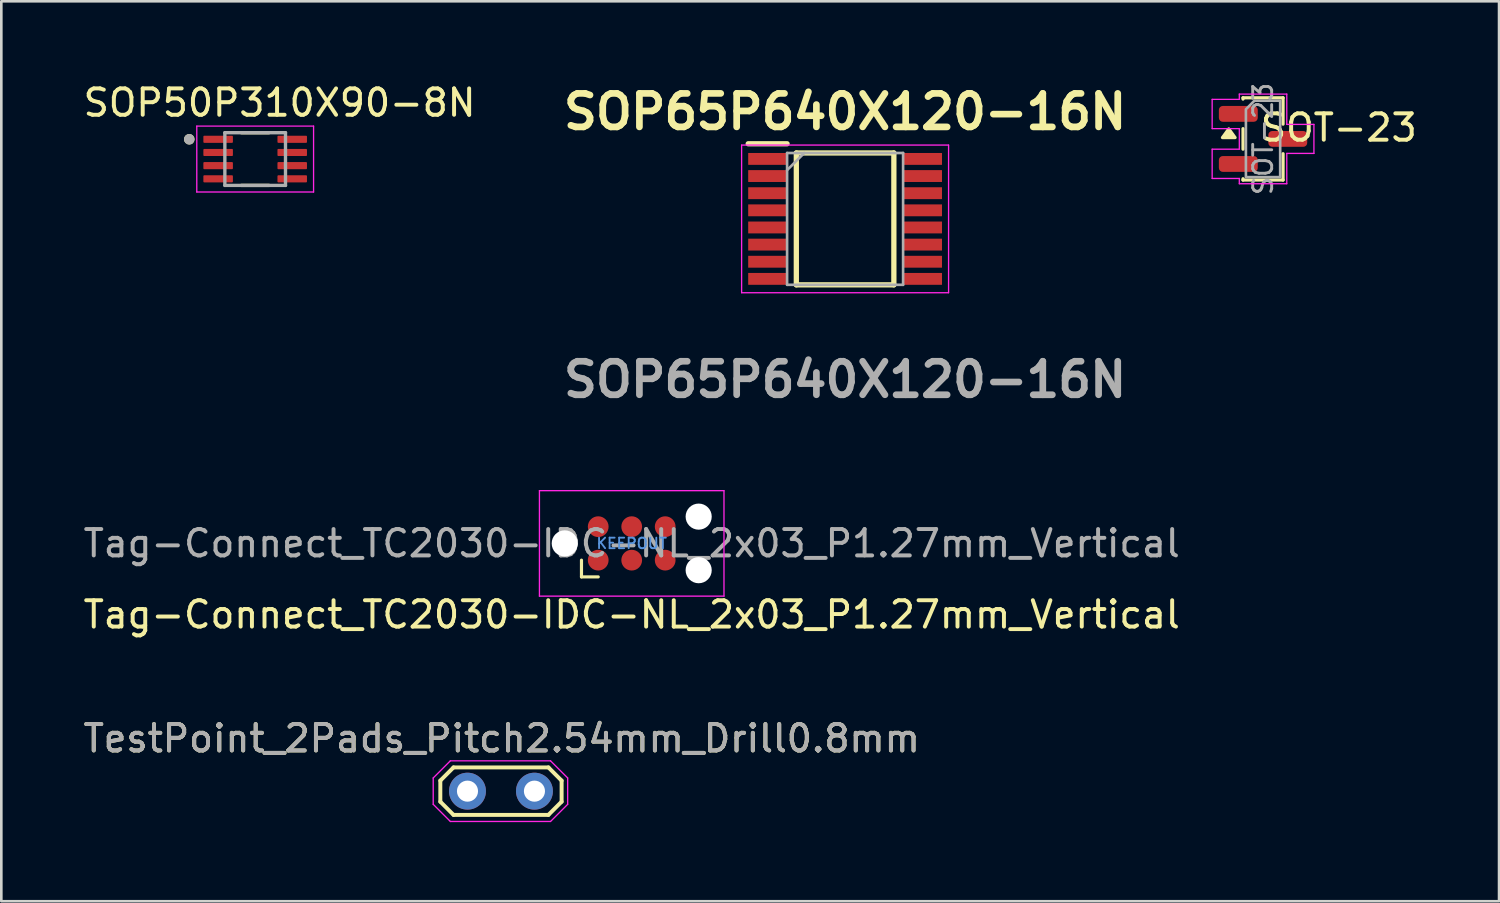
<source format=kicad_pcb>
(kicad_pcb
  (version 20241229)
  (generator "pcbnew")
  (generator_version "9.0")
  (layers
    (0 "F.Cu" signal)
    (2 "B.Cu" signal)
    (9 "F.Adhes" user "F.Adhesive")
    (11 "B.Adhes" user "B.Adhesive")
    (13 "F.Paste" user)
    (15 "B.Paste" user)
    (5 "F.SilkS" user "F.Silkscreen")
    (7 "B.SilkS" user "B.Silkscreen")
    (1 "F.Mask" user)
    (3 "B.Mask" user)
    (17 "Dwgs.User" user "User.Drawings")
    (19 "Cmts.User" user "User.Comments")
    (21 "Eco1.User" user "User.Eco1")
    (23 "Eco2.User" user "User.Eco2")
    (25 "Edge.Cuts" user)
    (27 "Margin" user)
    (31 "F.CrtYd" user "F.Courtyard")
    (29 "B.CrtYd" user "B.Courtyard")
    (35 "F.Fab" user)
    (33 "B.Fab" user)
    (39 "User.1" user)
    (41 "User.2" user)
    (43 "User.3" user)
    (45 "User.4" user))
  (footprint "TestPoint_2Pads_Pitch2.54mm_Drill0.8mm"
    (layer "F.Cu")
    (at 14.682 26.959)
    (property "Reference" "TestPoint_2Pads_Pitch2.54mm_Drill0.8mm" (at 1.3 -2 180) (layer "F.SilkS") (effects (font (size 1 1) (thickness 0.15))))
    (attr exclude_from_pos_files)
    (fp_line (start -1.03 -0.4) (end -0.53 -0.9) (stroke (width 0.15) (type solid)) (layer "F.SilkS"))
    (fp_line (start -1.03 0.4) (end -1.03 -0.4) (stroke (width 0.15) (type solid)) (layer "F.SilkS"))
    (fp_line (start -0.53 -0.9) (end 3.07 -0.9) (stroke (width 0.15) (type solid)) (layer "F.SilkS"))
    (fp_line (start -0.53 0.9) (end -1.03 0.4) (stroke (width 0.15) (type solid)) (layer "F.SilkS"))
    (fp_line (start 3.07 -0.9) (end 3.57 -0.4) (stroke (width 0.15) (type solid)) (layer "F.SilkS"))
    (fp_line (start 3.07 0.9) (end -0.53 0.9) (stroke (width 0.15) (type solid)) (layer "F.SilkS"))
    (fp_line (start 3.57 -0.4) (end 3.57 0.4) (stroke (width 0.15) (type solid)) (layer "F.SilkS"))
    (fp_line (start 3.57 0.4) (end 3.07 0.9) (stroke (width 0.15) (type solid)) (layer "F.SilkS"))
    (fp_line (start -1.3 -0.5) (end -1.3 0.5) (stroke (width 0.05) (type solid)) (layer "F.CrtYd"))
    (fp_line (start -1.3 0.5) (end -0.65 1.15) (stroke (width 0.05) (type solid)) (layer "F.CrtYd"))
    (fp_line (start -0.65 -1.15) (end -1.3 -0.5) (stroke (width 0.05) (type solid)) (layer "F.CrtYd"))
    (fp_line (start -0.65 1.15) (end 3.15 1.15) (stroke (width 0.05) (type solid)) (layer "F.CrtYd"))
    (fp_line (start 3.15 -1.15) (end -0.65 -1.15) (stroke (width 0.05) (type solid)) (layer "F.CrtYd"))
    (fp_line (start 3.15 1.15) (end 3.8 0.5) (stroke (width 0.05) (type solid)) (layer "F.CrtYd"))
    (fp_line (start 3.8 -0.5) (end 3.15 -1.15) (stroke (width 0.05) (type solid)) (layer "F.CrtYd"))
    (fp_line (start 3.8 0.5) (end 3.8 -0.5) (stroke (width 0.05) (type solid)) (layer "F.CrtYd"))
    (fp_text user "${REFERENCE}" (at 1.3 -2 180) (layer "F.Fab") (effects (font (size 1 1) (thickness 0.15))))
    (pad "1" thru_hole circle (at 0 0) (size 1.4 1.4) (drill 0.8) (layers "*.Cu" "*.Mask"))
    (pad "2" thru_hole circle (at 2.54 0) (size 1.4 1.4) (drill 0.8) (layers "*.Cu" "*.Mask")))
  (footprint "Tag-Connect_TC2030-IDC-NL_2x03_P1.27mm_Vertical"
    (layer "F.Cu")
    (at 20.911 17.562)
    (property "Reference" "Tag-Connect_TC2030-IDC-NL_2x03_P1.27mm_Vertical" (at 0 2.7 0) (layer "F.SilkS") (effects (font (size 1 1) (thickness 0.15))))
    (attr exclude_from_pos_files exclude_from_bom)
    (fp_line (start -1.905 1.27) (end -1.905 0.635) (stroke (width 0.12) (type solid)) (layer "F.SilkS"))
    (fp_line (start -1.27 1.27) (end -1.905 1.27) (stroke (width 0.12) (type solid)) (layer "F.SilkS"))
    (fp_line (start -3.5 -2) (end 3.5 -2) (stroke (width 0.05) (type solid)) (layer "F.CrtYd"))
    (fp_line (start -3.5 2) (end -3.5 -2) (stroke (width 0.05) (type solid)) (layer "F.CrtYd"))
    (fp_line (start 3.5 -2) (end 3.5 2) (stroke (width 0.05) (type solid)) (layer "F.CrtYd"))
    (fp_line (start 3.5 2) (end -3.5 2) (stroke (width 0.05) (type solid)) (layer "F.CrtYd"))
    (fp_text user "KEEPOUT" (at 0 0 0) (layer "Cmts.User") (effects (font (size 0.4 0.4) (thickness 0.07))))
    (fp_text user "${REFERENCE}" (at 0 0 0) (layer "F.Fab") (effects (font (size 1 1) (thickness 0.15))))
    (pad "" np_thru_hole circle (at -2.54 0) (size 0.991 0.991) (drill 0.991) (layers "*.Cu" "*.Mask"))
    (pad "" np_thru_hole circle (at 2.54 -1.016) (size 0.991 0.991) (drill 0.991) (layers "*.Cu" "*.Mask"))
    (pad "" np_thru_hole circle (at 2.54 1.016) (size 0.991 0.991) (drill 0.991) (layers "*.Cu" "*.Mask"))
    (pad "1" connect circle (at -1.27 0.635) (size 0.787 0.787) (layers "F.Cu" "F.Mask"))
    (pad "2" connect circle (at -1.27 -0.635) (size 0.787 0.787) (layers "F.Cu" "F.Mask"))
    (pad "3" connect circle (at 0 0.635) (size 0.787 0.787) (layers "F.Cu" "F.Mask"))
    (pad "4" connect circle (at 0 -0.635) (size 0.787 0.787) (layers "F.Cu" "F.Mask"))
    (pad "5" connect circle (at 1.27 0.635) (size 0.787 0.787) (layers "F.Cu" "F.Mask"))
    (pad "6" connect circle (at 1.27 -0.635) (size 0.787 0.787) (layers "F.Cu" "F.Mask"))
    (zone (net_name "") (layer "F.Cu") (hatch full 0.508) (connect_pads) (min_thickness 0.254) (filled_areas_thickness no) (keepout (tracks allowed) (vias not_allowed) (pads allowed) (copperpour not_allowed) (footprints not_allowed)) (placement (enabled no)) (fill) (polygon (pts (xy 22.181 16.927) (xy 19.641 16.927) (xy 19.641 18.197) (xy 22.181 18.197)))))
  (footprint "SOP65P640X120-16N"
    (layer "F.Cu")
    (at 29.005 5.253)
    (property "Reference" "SOP65P640X120-16N" (at 0 -4.064 0) (layer "F.SilkS") (effects (font (size 1.27 1.27) (thickness 0.254))))
    (attr smd)
    (fp_line (start -3.675 -2.85) (end -2.2 -2.85) (stroke (width 0.2) (type solid)) (layer "F.SilkS"))
    (fp_line (start -1.85 -2.5) (end 1.85 -2.5) (stroke (width 0.2) (type solid)) (layer "F.SilkS"))
    (fp_line (start -1.85 2.5) (end -1.85 -2.5) (stroke (width 0.2) (type solid)) (layer "F.SilkS"))
    (fp_line (start 1.85 -2.5) (end 1.85 2.5) (stroke (width 0.2) (type solid)) (layer "F.SilkS"))
    (fp_line (start 1.85 2.5) (end -1.85 2.5) (stroke (width 0.2) (type solid)) (layer "F.SilkS"))
    (fp_line (start -3.925 -2.8) (end 3.925 -2.8) (stroke (width 0.05) (type solid)) (layer "F.CrtYd"))
    (fp_line (start -3.925 2.8) (end -3.925 -2.8) (stroke (width 0.05) (type solid)) (layer "F.CrtYd"))
    (fp_line (start 3.925 -2.8) (end 3.925 2.8) (stroke (width 0.05) (type solid)) (layer "F.CrtYd"))
    (fp_line (start 3.925 2.8) (end -3.925 2.8) (stroke (width 0.05) (type solid)) (layer "F.CrtYd"))
    (fp_line (start -2.2 -2.5) (end 2.2 -2.5) (stroke (width 0.1) (type solid)) (layer "F.Fab"))
    (fp_line (start -2.2 -1.85) (end -1.55 -2.5) (stroke (width 0.1) (type solid)) (layer "F.Fab"))
    (fp_line (start -2.2 2.5) (end -2.2 -2.5) (stroke (width 0.1) (type solid)) (layer "F.Fab"))
    (fp_line (start 2.2 -2.5) (end 2.2 2.5) (stroke (width 0.1) (type solid)) (layer "F.Fab"))
    (fp_line (start 2.2 2.5) (end -2.2 2.5) (stroke (width 0.1) (type solid)) (layer "F.Fab"))
    (fp_text user "${REFERENCE}" (at 0 6.096 0) (layer "F.Fab") (effects (font (size 1.27 1.27) (thickness 0.254))))
    (pad "1" smd rect (at -2.938 -2.275 90) (size 0.45 1.475) (layers "F.Cu" "F.Mask" "F.Paste"))
    (pad "2" smd rect (at -2.938 -1.625 90) (size 0.45 1.475) (layers "F.Cu" "F.Mask" "F.Paste"))
    (pad "3" smd rect (at -2.938 -0.975 90) (size 0.45 1.475) (layers "F.Cu" "F.Mask" "F.Paste"))
    (pad "4" smd rect (at -2.938 -0.325 90) (size 0.45 1.475) (layers "F.Cu" "F.Mask" "F.Paste"))
    (pad "5" smd rect (at -2.938 0.325 90) (size 0.45 1.475) (layers "F.Cu" "F.Mask" "F.Paste"))
    (pad "6" smd rect (at -2.938 0.975 90) (size 0.45 1.475) (layers "F.Cu" "F.Mask" "F.Paste"))
    (pad "7" smd rect (at -2.938 1.625 90) (size 0.45 1.475) (layers "F.Cu" "F.Mask" "F.Paste"))
    (pad "8" smd rect (at -2.938 2.275 90) (size 0.45 1.475) (layers "F.Cu" "F.Mask" "F.Paste"))
    (pad "9" smd rect (at 2.938 2.275 90) (size 0.45 1.475) (layers "F.Cu" "F.Mask" "F.Paste"))
    (pad "10" smd rect (at 2.938 1.625 90) (size 0.45 1.475) (layers "F.Cu" "F.Mask" "F.Paste"))
    (pad "11" smd rect (at 2.938 0.975 90) (size 0.45 1.475) (layers "F.Cu" "F.Mask" "F.Paste"))
    (pad "12" smd rect (at 2.938 0.325 90) (size 0.45 1.475) (layers "F.Cu" "F.Mask" "F.Paste"))
    (pad "13" smd rect (at 2.938 -0.325 90) (size 0.45 1.475) (layers "F.Cu" "F.Mask" "F.Paste"))
    (pad "14" smd rect (at 2.938 -0.975 90) (size 0.45 1.475) (layers "F.Cu" "F.Mask" "F.Paste"))
    (pad "15" smd rect (at 2.938 -1.625 90) (size 0.45 1.475) (layers "F.Cu" "F.Mask" "F.Paste"))
    (pad "16" smd rect (at 2.938 -2.275 90) (size 0.45 1.475) (layers "F.Cu" "F.Mask" "F.Paste")))
  (footprint "SOP50P310X90-8N"
    (layer "F.Cu")
    (at 6.629 2.983)
    (property "Reference" "SOP50P310X90-8N" (at 0.925 -2.135 0) (layer "F.SilkS") (effects (font (size 1 1) (thickness 0.15))))
    (attr smd)
    (fp_line (start -0.525 -1) (end 0.525 -1) (stroke (width 0.127) (type solid)) (layer "F.SilkS"))
    (fp_line (start -0.525 1) (end 0.525 1) (stroke (width 0.127) (type solid)) (layer "F.SilkS"))
    (fp_circle (center -2.5 -0.75) (end -2.4 -0.75) (stroke (width 0.2) (type solid)) (fill no) (layer "F.SilkS"))
    (fp_line (start -2.215 -1.25) (end -2.215 1.25) (stroke (width 0.05) (type solid)) (layer "F.CrtYd"))
    (fp_line (start -2.215 1.25) (end 2.215 1.25) (stroke (width 0.05) (type solid)) (layer "F.CrtYd"))
    (fp_line (start 2.215 -1.25) (end -2.215 -1.25) (stroke (width 0.05) (type solid)) (layer "F.CrtYd"))
    (fp_line (start 2.215 1.25) (end 2.215 -1.25) (stroke (width 0.05) (type solid)) (layer "F.CrtYd"))
    (fp_line (start -1.15 -1) (end 1.15 -1) (stroke (width 0.127) (type solid)) (layer "F.Fab"))
    (fp_line (start -1.15 1) (end -1.15 -1) (stroke (width 0.127) (type solid)) (layer "F.Fab"))
    (fp_line (start 1.15 -1) (end 1.15 1) (stroke (width 0.127) (type solid)) (layer "F.Fab"))
    (fp_line (start 1.15 1) (end -1.15 1) (stroke (width 0.127) (type solid)) (layer "F.Fab"))
    (fp_circle (center -2.5 -0.75) (end -2.4 -0.75) (stroke (width 0.2) (type solid)) (fill no) (layer "F.Fab"))
    (pad "1" smd roundrect (at -1.405 -0.75) (size 1.12 0.27) (layers "F.Cu" "F.Mask" "F.Paste") (roundrect_rratio 0.125))
    (pad "2" smd roundrect (at -1.405 -0.25) (size 1.12 0.27) (layers "F.Cu" "F.Mask" "F.Paste") (roundrect_rratio 0.125))
    (pad "3" smd roundrect (at -1.405 0.25) (size 1.12 0.27) (layers "F.Cu" "F.Mask" "F.Paste") (roundrect_rratio 0.125))
    (pad "4" smd roundrect (at -1.405 0.75) (size 1.12 0.27) (layers "F.Cu" "F.Mask" "F.Paste") (roundrect_rratio 0.125))
    (pad "5" smd roundrect (at 1.405 0.75) (size 1.12 0.27) (layers "F.Cu" "F.Mask" "F.Paste") (roundrect_rratio 0.125))
    (pad "6" smd roundrect (at 1.405 0.25) (size 1.12 0.27) (layers "F.Cu" "F.Mask" "F.Paste") (roundrect_rratio 0.125))
    (pad "7" smd roundrect (at 1.405 -0.25) (size 1.12 0.27) (layers "F.Cu" "F.Mask" "F.Paste") (roundrect_rratio 0.125))
    (pad "8" smd roundrect (at 1.405 -0.75) (size 1.12 0.27) (layers "F.Cu" "F.Mask" "F.Paste") (roundrect_rratio 0.125)))
  (footprint "SOT-23"
    (layer "F.Cu")
    (at 44.858 2.219)
    (property "Reference" "SOT-23" (at 2.875 -0.425 180) (layer "F.SilkS") (effects (font (size 1 1) (thickness 0.15))))
    (attr smd)
    (fp_line (start -0.76 -1.56) (end 0.76 -1.56) (stroke (width 0.12) (type solid)) (layer "F.SilkS"))
    (fp_line (start -0.76 -1.51) (end -0.76 -1.56) (stroke (width 0.12) (type solid)) (layer "F.SilkS"))
    (fp_line (start -0.76 0.39) (end -0.76 -0.39) (stroke (width 0.12) (type solid)) (layer "F.SilkS"))
    (fp_line (start -0.76 1.56) (end -0.76 1.51) (stroke (width 0.12) (type solid)) (layer "F.SilkS"))
    (fp_line (start 0.76 -1.56) (end 0.76 -0.56) (stroke (width 0.12) (type solid)) (layer "F.SilkS"))
    (fp_line (start 0.76 0.56) (end 0.76 1.56) (stroke (width 0.12) (type solid)) (layer "F.SilkS"))
    (fp_line (start 0.76 1.56) (end -0.76 1.56) (stroke (width 0.12) (type solid)) (layer "F.SilkS"))
    (fp_poly (pts (xy -1.3 -0.38) (xy -1.06 -0.05) (xy -1.54 -0.05)) (stroke (width 0.12) (type solid)) (fill yes) (layer "F.SilkS"))
    (fp_line (start -1.93 -1.5) (end -0.9 -1.5) (stroke (width 0.05) (type solid)) (layer "F.CrtYd"))
    (fp_line (start -1.93 -0.39) (end -1.93 -1.5) (stroke (width 0.05) (type solid)) (layer "F.CrtYd"))
    (fp_line (start -1.93 0.39) (end -0.9 0.39) (stroke (width 0.05) (type solid)) (layer "F.CrtYd"))
    (fp_line (start -1.93 1.5) (end -1.93 0.39) (stroke (width 0.05) (type solid)) (layer "F.CrtYd"))
    (fp_line (start -0.9 -1.7) (end 0.9 -1.7) (stroke (width 0.05) (type solid)) (layer "F.CrtYd"))
    (fp_line (start -0.9 -1.5) (end -0.9 -1.7) (stroke (width 0.05) (type solid)) (layer "F.CrtYd"))
    (fp_line (start -0.9 -0.39) (end -1.93 -0.39) (stroke (width 0.05) (type solid)) (layer "F.CrtYd"))
    (fp_line (start -0.9 0.39) (end -0.9 -0.39) (stroke (width 0.05) (type solid)) (layer "F.CrtYd"))
    (fp_line (start -0.9 1.5) (end -1.93 1.5) (stroke (width 0.05) (type solid)) (layer "F.CrtYd"))
    (fp_line (start -0.9 1.7) (end -0.9 1.5) (stroke (width 0.05) (type solid)) (layer "F.CrtYd"))
    (fp_line (start 0.9 -1.7) (end 0.9 -0.55) (stroke (width 0.05) (type solid)) (layer "F.CrtYd"))
    (fp_line (start 0.9 -0.55) (end 1.93 -0.55) (stroke (width 0.05) (type solid)) (layer "F.CrtYd"))
    (fp_line (start 0.9 0.55) (end 0.9 1.7) (stroke (width 0.05) (type solid)) (layer "F.CrtYd"))
    (fp_line (start 0.9 1.7) (end -0.9 1.7) (stroke (width 0.05) (type solid)) (layer "F.CrtYd"))
    (fp_line (start 1.93 -0.55) (end 1.93 0.55) (stroke (width 0.05) (type solid)) (layer "F.CrtYd"))
    (fp_line (start 1.93 0.55) (end 0.9 0.55) (stroke (width 0.05) (type solid)) (layer "F.CrtYd"))
    (fp_poly (pts (xy -0.325 -1.45) (xy 0.65 -1.45) (xy 0.65 1.45) (xy -0.65 1.45) (xy -0.65 -1.125)) (stroke (width 0.1) (type solid)) (fill no) (layer "F.Fab"))
    (fp_text user "${REFERENCE}" (at 0 0 270) (layer "F.Fab") (effects (font (size 0.72 0.72) (thickness 0.11))))
    (pad "1" smd roundrect (at -0.938 -0.95) (size 1.475 0.6) (layers "F.Cu" "F.Mask" "F.Paste") (roundrect_rratio 0.25))
    (pad "2" smd roundrect (at -0.938 0.95) (size 1.475 0.6) (layers "F.Cu" "F.Mask" "F.Paste") (roundrect_rratio 0.25))
    (pad "3" smd roundrect (at 0.938 0) (size 1.475 0.6) (layers "F.Cu" "F.Mask" "F.Paste") (roundrect_rratio 0.25)))
  (gr_rect
    (start -3 -3)
    (end 53.81 31.134)
    (stroke (width 0.1) (type default))
    (fill no)
    (layer "Edge.Cuts")))
</source>
